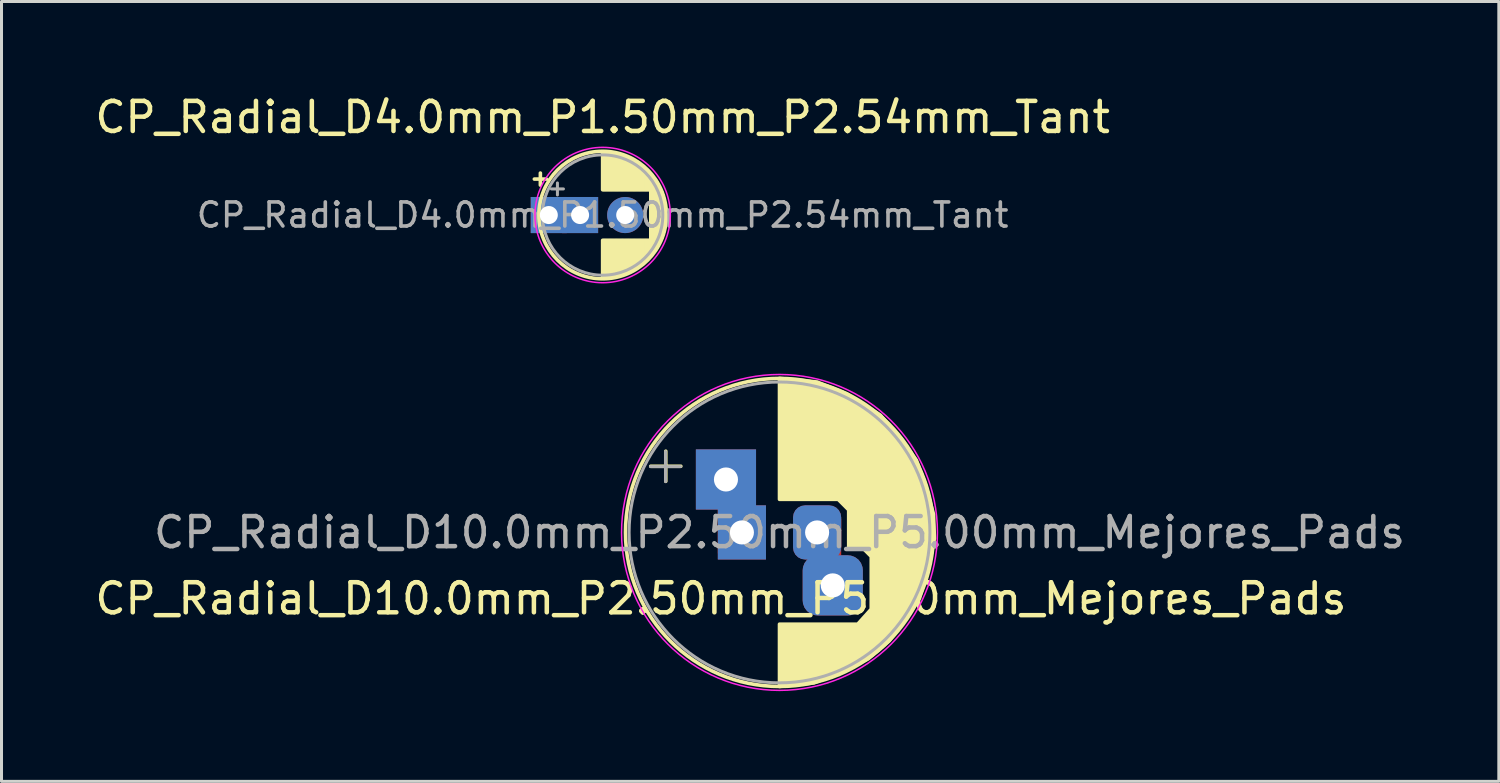
<source format=kicad_pcb>
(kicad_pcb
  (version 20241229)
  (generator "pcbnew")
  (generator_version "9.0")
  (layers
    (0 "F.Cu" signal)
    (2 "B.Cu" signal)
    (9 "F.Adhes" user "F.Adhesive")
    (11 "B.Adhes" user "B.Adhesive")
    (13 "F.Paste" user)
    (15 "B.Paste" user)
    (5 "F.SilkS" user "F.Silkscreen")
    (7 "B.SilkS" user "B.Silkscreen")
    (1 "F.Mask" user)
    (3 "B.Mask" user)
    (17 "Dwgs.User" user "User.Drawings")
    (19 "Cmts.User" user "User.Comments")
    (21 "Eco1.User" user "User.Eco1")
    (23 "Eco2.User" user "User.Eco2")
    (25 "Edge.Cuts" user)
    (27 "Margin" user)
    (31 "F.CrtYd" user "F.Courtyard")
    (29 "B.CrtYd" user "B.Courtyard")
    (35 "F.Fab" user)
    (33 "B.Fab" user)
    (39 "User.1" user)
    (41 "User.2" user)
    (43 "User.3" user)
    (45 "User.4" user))
  (footprint "CP_Radial_D4.0mm_P1.50mm_P2.54mm_Tant"
    (layer "F.Cu")
    (at 16.232 4.098)
    (property "Reference" "CP_Radial_D4.0mm_P1.50mm_P2.54mm_Tant" (at 0.75 -3.25 0) (layer "F.SilkS") (effects (font (size 1 1) (thickness 0.15))))
    (attr through_hole)
    (fp_line (start -1.52 -1.195) (end -1.12 -1.195) (stroke (width 0.12) (type solid)) (layer "F.SilkS"))
    (fp_line (start -1.32 -1.395) (end -1.32 -0.995) (stroke (width 0.12) (type solid)) (layer "F.SilkS"))
    (fp_line (start 0.75 -2.08) (end 0.75 -0.84) (stroke (width 0.12) (type solid)) (layer "F.SilkS"))
    (fp_line (start 0.75 0.84) (end 0.75 2.08) (stroke (width 0.12) (type solid)) (layer "F.SilkS"))
    (fp_line (start 0.79 -2.08) (end 0.79 -0.84) (stroke (width 0.12) (type solid)) (layer "F.SilkS"))
    (fp_line (start 0.79 0.84) (end 0.79 2.08) (stroke (width 0.12) (type solid)) (layer "F.SilkS"))
    (fp_line (start 0.83 -2.079) (end 0.83 -0.84) (stroke (width 0.12) (type solid)) (layer "F.SilkS"))
    (fp_line (start 0.83 0.84) (end 0.83 2.079) (stroke (width 0.12) (type solid)) (layer "F.SilkS"))
    (fp_line (start 0.87 -2.077) (end 0.87 -0.84) (stroke (width 0.12) (type solid)) (layer "F.SilkS"))
    (fp_line (start 0.87 0.84) (end 0.87 2.077) (stroke (width 0.12) (type solid)) (layer "F.SilkS"))
    (fp_line (start 0.91 -2.074) (end 0.91 -0.84) (stroke (width 0.12) (type solid)) (layer "F.SilkS"))
    (fp_line (start 0.91 0.84) (end 0.91 2.074) (stroke (width 0.12) (type solid)) (layer "F.SilkS"))
    (fp_line (start 0.95 -2.071) (end 0.95 -0.84) (stroke (width 0.12) (type solid)) (layer "F.SilkS"))
    (fp_line (start 0.95 0.84) (end 0.95 2.071) (stroke (width 0.12) (type solid)) (layer "F.SilkS"))
    (fp_line (start 0.99 -2.067) (end 0.99 -0.84) (stroke (width 0.12) (type solid)) (layer "F.SilkS"))
    (fp_line (start 0.99 0.84) (end 0.99 2.067) (stroke (width 0.12) (type solid)) (layer "F.SilkS"))
    (fp_line (start 1.03 -2.062) (end 1.03 -0.84) (stroke (width 0.12) (type solid)) (layer "F.SilkS"))
    (fp_line (start 1.03 0.84) (end 1.03 2.062) (stroke (width 0.12) (type solid)) (layer "F.SilkS"))
    (fp_line (start 1.07 -2.056) (end 1.07 -0.84) (stroke (width 0.12) (type solid)) (layer "F.SilkS"))
    (fp_line (start 1.07 0.84) (end 1.07 2.056) (stroke (width 0.12) (type solid)) (layer "F.SilkS"))
    (fp_line (start 1.11 -2.05) (end 1.11 -0.84) (stroke (width 0.12) (type solid)) (layer "F.SilkS"))
    (fp_line (start 1.11 0.84) (end 1.11 2.05) (stroke (width 0.12) (type solid)) (layer "F.SilkS"))
    (fp_line (start 1.15 -2.042) (end 1.15 -0.84) (stroke (width 0.12) (type solid)) (layer "F.SilkS"))
    (fp_line (start 1.15 0.84) (end 1.15 2.042) (stroke (width 0.12) (type solid)) (layer "F.SilkS"))
    (fp_line (start 1.19 -2.034) (end 1.19 -0.84) (stroke (width 0.12) (type solid)) (layer "F.SilkS"))
    (fp_line (start 1.19 0.84) (end 1.19 2.034) (stroke (width 0.12) (type solid)) (layer "F.SilkS"))
    (fp_line (start 1.23 -2.025) (end 1.23 -0.84) (stroke (width 0.12) (type solid)) (layer "F.SilkS"))
    (fp_line (start 1.23 0.84) (end 1.23 2.025) (stroke (width 0.12) (type solid)) (layer "F.SilkS"))
    (fp_line (start 1.27 -2.016) (end 1.27 -0.84) (stroke (width 0.12) (type solid)) (layer "F.SilkS"))
    (fp_line (start 1.27 0.84) (end 1.27 2.016) (stroke (width 0.12) (type solid)) (layer "F.SilkS"))
    (fp_line (start 1.31 -2.005) (end 1.31 -0.84) (stroke (width 0.12) (type solid)) (layer "F.SilkS"))
    (fp_line (start 1.31 0.84) (end 1.31 2.005) (stroke (width 0.12) (type solid)) (layer "F.SilkS"))
    (fp_line (start 1.35 -1.994) (end 1.35 -0.84) (stroke (width 0.12) (type solid)) (layer "F.SilkS"))
    (fp_line (start 1.35 0.84) (end 1.35 1.994) (stroke (width 0.12) (type solid)) (layer "F.SilkS"))
    (fp_line (start 1.39 -1.982) (end 1.39 -0.84) (stroke (width 0.12) (type solid)) (layer "F.SilkS"))
    (fp_line (start 1.39 0.84) (end 1.39 1.982) (stroke (width 0.12) (type solid)) (layer "F.SilkS"))
    (fp_line (start 1.43 -1.968) (end 1.43 -0.84) (stroke (width 0.12) (type solid)) (layer "F.SilkS"))
    (fp_line (start 1.43 0.84) (end 1.43 1.968) (stroke (width 0.12) (type solid)) (layer "F.SilkS"))
    (fp_line (start 1.471 -1.954) (end 1.471 -0.84) (stroke (width 0.12) (type solid)) (layer "F.SilkS"))
    (fp_line (start 1.471 0.84) (end 1.471 1.954) (stroke (width 0.12) (type solid)) (layer "F.SilkS"))
    (fp_line (start 1.511 -1.94) (end 1.511 -0.84) (stroke (width 0.12) (type solid)) (layer "F.SilkS"))
    (fp_line (start 1.511 0.84) (end 1.511 1.94) (stroke (width 0.12) (type solid)) (layer "F.SilkS"))
    (fp_line (start 1.551 -1.924) (end 1.551 -0.84) (stroke (width 0.12) (type solid)) (layer "F.SilkS"))
    (fp_line (start 1.551 0.84) (end 1.551 1.924) (stroke (width 0.12) (type solid)) (layer "F.SilkS"))
    (fp_line (start 1.591 -1.907) (end 1.591 -0.84) (stroke (width 0.12) (type solid)) (layer "F.SilkS"))
    (fp_line (start 1.591 0.84) (end 1.591 1.907) (stroke (width 0.12) (type solid)) (layer "F.SilkS"))
    (fp_line (start 1.631 -1.889) (end 1.631 -0.84) (stroke (width 0.12) (type solid)) (layer "F.SilkS"))
    (fp_line (start 1.631 0.84) (end 1.631 1.889) (stroke (width 0.12) (type solid)) (layer "F.SilkS"))
    (fp_line (start 1.671 -1.87) (end 1.671 -0.84) (stroke (width 0.12) (type solid)) (layer "F.SilkS"))
    (fp_line (start 1.671 0.84) (end 1.671 1.87) (stroke (width 0.12) (type solid)) (layer "F.SilkS"))
    (fp_line (start 1.711 -1.851) (end 1.711 -0.84) (stroke (width 0.12) (type solid)) (layer "F.SilkS"))
    (fp_line (start 1.711 0.84) (end 1.711 1.851) (stroke (width 0.12) (type solid)) (layer "F.SilkS"))
    (fp_line (start 1.751 -1.83) (end 1.751 -0.84) (stroke (width 0.12) (type solid)) (layer "F.SilkS"))
    (fp_line (start 1.751 0.84) (end 1.751 1.83) (stroke (width 0.12) (type solid)) (layer "F.SilkS"))
    (fp_line (start 1.791 -1.808) (end 1.791 -0.84) (stroke (width 0.12) (type solid)) (layer "F.SilkS"))
    (fp_line (start 1.791 0.84) (end 1.791 1.808) (stroke (width 0.12) (type solid)) (layer "F.SilkS"))
    (fp_line (start 1.831 -1.785) (end 1.831 -0.84) (stroke (width 0.12) (type solid)) (layer "F.SilkS"))
    (fp_line (start 1.831 0.84) (end 1.831 1.785) (stroke (width 0.12) (type solid)) (layer "F.SilkS"))
    (fp_line (start 1.871 -1.76) (end 1.871 -0.84) (stroke (width 0.12) (type solid)) (layer "F.SilkS"))
    (fp_line (start 1.871 0.84) (end 1.871 1.76) (stroke (width 0.12) (type solid)) (layer "F.SilkS"))
    (fp_line (start 1.911 -1.735) (end 1.911 -0.84) (stroke (width 0.12) (type solid)) (layer "F.SilkS"))
    (fp_line (start 1.911 0.84) (end 1.911 1.735) (stroke (width 0.12) (type solid)) (layer "F.SilkS"))
    (fp_line (start 1.951 -1.708) (end 1.951 -0.84) (stroke (width 0.12) (type solid)) (layer "F.SilkS"))
    (fp_line (start 1.951 0.84) (end 1.951 1.708) (stroke (width 0.12) (type solid)) (layer "F.SilkS"))
    (fp_line (start 1.991 -1.68) (end 1.991 -0.84) (stroke (width 0.12) (type solid)) (layer "F.SilkS"))
    (fp_line (start 1.991 0.84) (end 1.991 1.68) (stroke (width 0.12) (type solid)) (layer "F.SilkS"))
    (fp_line (start 2.031 -1.65) (end 2.031 -0.84) (stroke (width 0.12) (type solid)) (layer "F.SilkS"))
    (fp_line (start 2.031 0.84) (end 2.031 1.65) (stroke (width 0.12) (type solid)) (layer "F.SilkS"))
    (fp_line (start 2.071 -1.619) (end 2.071 -0.84) (stroke (width 0.12) (type solid)) (layer "F.SilkS"))
    (fp_line (start 2.071 0.84) (end 2.071 1.619) (stroke (width 0.12) (type solid)) (layer "F.SilkS"))
    (fp_line (start 2.111 -1.587) (end 2.111 -0.84) (stroke (width 0.12) (type solid)) (layer "F.SilkS"))
    (fp_line (start 2.111 0.84) (end 2.111 1.587) (stroke (width 0.12) (type solid)) (layer "F.SilkS"))
    (fp_line (start 2.151 -1.552) (end 2.151 -0.84) (stroke (width 0.12) (type solid)) (layer "F.SilkS"))
    (fp_line (start 2.151 0.84) (end 2.151 1.552) (stroke (width 0.12) (type solid)) (layer "F.SilkS"))
    (fp_line (start 2.191 -1.516) (end 2.191 -0.84) (stroke (width 0.12) (type solid)) (layer "F.SilkS"))
    (fp_line (start 2.191 0.84) (end 2.191 1.516) (stroke (width 0.12) (type solid)) (layer "F.SilkS"))
    (fp_line (start 2.231 -1.478) (end 2.231 -0.84) (stroke (width 0.12) (type solid)) (layer "F.SilkS"))
    (fp_line (start 2.231 0.84) (end 2.231 1.478) (stroke (width 0.12) (type solid)) (layer "F.SilkS"))
    (fp_line (start 2.271 -1.438) (end 2.271 -0.84) (stroke (width 0.12) (type solid)) (layer "F.SilkS"))
    (fp_line (start 2.271 0.84) (end 2.271 1.438) (stroke (width 0.12) (type solid)) (layer "F.SilkS"))
    (fp_line (start 2.311 -1.396) (end 2.311 -0.84) (stroke (width 0.12) (type solid)) (layer "F.SilkS"))
    (fp_line (start 2.311 0.84) (end 2.311 1.396) (stroke (width 0.12) (type solid)) (layer "F.SilkS"))
    (fp_line (start 2.351 -1.351) (end 2.351 1.351) (stroke (width 0.12) (type solid)) (layer "F.SilkS"))
    (fp_line (start 2.391 -1.304) (end 2.391 1.304) (stroke (width 0.12) (type solid)) (layer "F.SilkS"))
    (fp_line (start 2.431 -1.254) (end 2.431 1.254) (stroke (width 0.12) (type solid)) (layer "F.SilkS"))
    (fp_line (start 2.471 -1.2) (end 2.471 1.2) (stroke (width 0.12) (type solid)) (layer "F.SilkS"))
    (fp_line (start 2.511 -1.142) (end 2.511 1.142) (stroke (width 0.12) (type solid)) (layer "F.SilkS"))
    (fp_line (start 2.551 -1.08) (end 2.551 1.08) (stroke (width 0.12) (type solid)) (layer "F.SilkS"))
    (fp_line (start 2.591 -1.013) (end 2.591 1.013) (stroke (width 0.12) (type solid)) (layer "F.SilkS"))
    (fp_line (start 2.631 -0.94) (end 2.631 0.94) (stroke (width 0.12) (type solid)) (layer "F.SilkS"))
    (fp_line (start 2.671 -0.859) (end 2.671 0.859) (stroke (width 0.12) (type solid)) (layer "F.SilkS"))
    (fp_line (start 2.711 -0.768) (end 2.711 0.768) (stroke (width 0.12) (type solid)) (layer "F.SilkS"))
    (fp_line (start 2.751 -0.664) (end 2.751 0.664) (stroke (width 0.12) (type solid)) (layer "F.SilkS"))
    (fp_line (start 2.791 -0.537) (end 2.791 0.537) (stroke (width 0.12) (type solid)) (layer "F.SilkS"))
    (fp_line (start 2.831 -0.37) (end 2.831 0.37) (stroke (width 0.12) (type solid)) (layer "F.SilkS"))
    (fp_circle (center 0.75 0) (end 2.87 0) (stroke (width 0.12) (type solid)) (fill no) (layer "F.SilkS"))
    (fp_circle (center 0.75 0) (end 3 0) (stroke (width 0.05) (type solid)) (fill no) (layer "F.CrtYd"))
    (fp_line (start -0.953 -0.868) (end -0.553 -0.868) (stroke (width 0.1) (type solid)) (layer "F.Fab"))
    (fp_line (start -0.753 -1.067) (end -0.753 -0.667) (stroke (width 0.1) (type solid)) (layer "F.Fab"))
    (fp_circle (center 0.75 0) (end 2.75 0) (stroke (width 0.1) (type solid)) (fill no) (layer "F.Fab"))
    (fp_text user "${REFERENCE}" (at 0.75 0 0) (layer "F.Fab") (effects (font (size 0.8 0.8) (thickness 0.12))))
    (pad "1" thru_hole rect (at -1.04 0) (size 1.2 1.2) (drill 0.6) (layers "*.Cu" "*.Mask"))
    (pad "1" thru_hole rect (at 0 0) (size 1.2 1.2) (drill 0.6) (layers "*.Cu" "*.Mask"))
    (pad "2" thru_hole circle (at 1.5 0) (size 1.2 1.2) (drill 0.6) (layers "*.Cu" "*.Mask")))
  (footprint "CP_Radial_D10.0mm_P2.50mm_P5.00mm_Mejores_Pads"
    (layer "F.Cu")
    (at 21.611 14.648)
    (property "Reference" "CP_Radial_D10.0mm_P2.50mm_P5.00mm_Mejores_Pads" (at -0.7 2.2 0) (layer "F.SilkS") (effects (font (size 1 1) (thickness 0.15))))
    (attr through_hole)
    (fp_line (start -3.03 -2.2) (end -2.03 -2.2) (stroke (width 0.12) (type solid)) (layer "F.SilkS"))
    (fp_line (start -2.53 -2.7) (end -2.53 -1.7) (stroke (width 0.12) (type solid)) (layer "F.SilkS"))
    (fp_circle (center 1.25 0) (end 6.37 0) (stroke (width 0.12) (type solid)) (fill no) (layer "F.SilkS"))
    (fp_poly (pts (xy 2.5 -5) (xy 3.5 -4.6) (xy 4.6 -3.9) (xy 5.3 -3.1) (xy 5.8 -2.4) (xy 6.1 -1.6) (xy 6.37 -0.6) (xy 6.4 0.2) (xy 6.2 1.2) (xy 5.9 2.2) (xy 5.5 2.8) (xy 4.9 3.6) (xy 4.2 4.2) (xy 3.4 4.6) (xy 2.4 5) (xy 1.25 5.12) (xy 1.25 3.05) (xy 3.85 3.05) (xy 4.3 2.55) (xy 4.3 0.8) (xy 4 0.5) (xy 3.55 0.5) (xy 3.55 -0.75) (xy 3.2 -1.1) (xy 1.25 -1.1) (xy 1.25 -5.12)) (stroke (width 0.12) (type solid)) (fill yes) (layer "F.SilkS"))
    (fp_circle (center 1.25 0) (end 6.5 0) (stroke (width 0.05) (type solid)) (fill no) (layer "F.CrtYd"))
    (fp_line (start -3.039 -2.188) (end -2.039 -2.188) (stroke (width 0.1) (type solid)) (layer "F.Fab"))
    (fp_line (start -2.539 -2.688) (end -2.539 -1.688) (stroke (width 0.1) (type solid)) (layer "F.Fab"))
    (fp_circle (center 1.25 0) (end 6.25 0) (stroke (width 0.1) (type solid)) (fill no) (layer "F.Fab"))
    (fp_text user "${REFERENCE}" (at 1.25 0 0) (layer "F.Fab") (effects (font (size 1 1) (thickness 0.15))))
    (pad "1" thru_hole rect (at -0.53 -1.76) (size 2 2) (drill 0.8) (layers "*.Cu" "*.Mask"))
    (pad "1" smd rect (at -0.25 -0.8 270) (size 3 1.1) (layers "F.Cu"))
    (pad "1" thru_hole rect (at 0 0) (size 1.6 1.8) (drill 0.8) (layers "*.Cu" "*.Mask"))
    (pad "2" thru_hole roundrect (at 2.5 0) (size 1.6 1.8) (drill 0.8) (layers "*.Cu" "*.Mask") (roundrect_rratio 0.25))
    (pad "2" smd rect (at 2.75 0.8 270) (size 2.5 1.1) (layers "F.Cu"))
    (pad "2" thru_hole roundrect (at 3.02 1.76) (size 2 2) (drill 0.8) (layers "*.Cu" "*.Mask") (roundrect_rratio 0.25)))
  (gr_rect
    (start -3 -3)
    (end 46.771 22.923)
    (stroke (width 0.1) (type default))
    (fill no)
    (layer "Edge.Cuts")))
</source>
